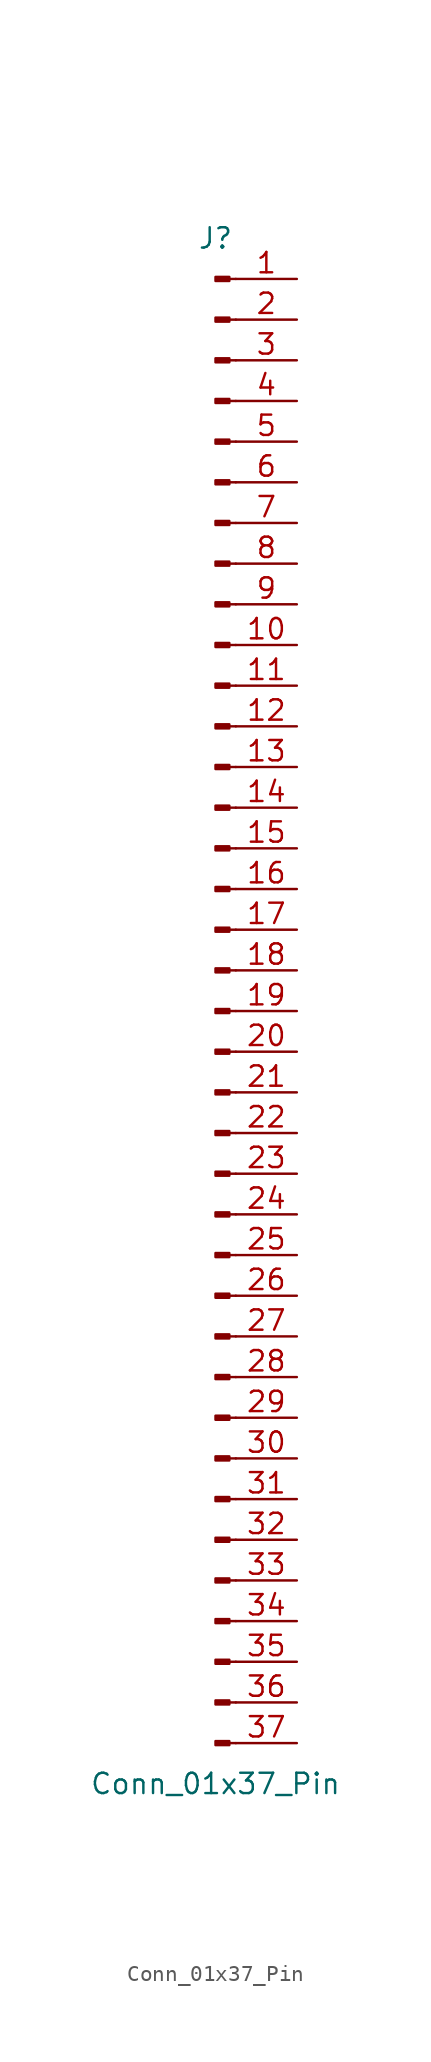
<source format=kicad_sym>
(kicad_symbol_lib
  (version 20241209)
  (generator "kicad_symbol_editor")
  (generator_version "9.0")
  (symbol "Conn_01x37_Pin"
    (pin_names
      (offset 1.016)
      (hide yes))
    (property "Reference" "J"
      (at 0 48.26 0)
      (effects (font (size 1.27 1.27))))
    (property "Value" "Conn_01x37_Pin"
      (at 0 -48.26 0)
      (effects (font (size 1.27 1.27))))
    (property "ki_locked" ""
      (at 0 0 0)
      (effects (font (size 1.27 1.27))))
    (symbol "Conn_01x37_Pin_1_1"
      (rectangle (start 0.864 45.847) (end 0 45.593) (stroke (width 0.152) (type default)) (fill (type outline)))
      (rectangle (start 0.864 43.307) (end 0 43.053) (stroke (width 0.152) (type default)) (fill (type outline)))
      (rectangle (start 0.864 40.767) (end 0 40.513) (stroke (width 0.152) (type default)) (fill (type outline)))
      (rectangle (start 0.864 38.227) (end 0 37.973) (stroke (width 0.152) (type default)) (fill (type outline)))
      (rectangle (start 0.864 35.687) (end 0 35.433) (stroke (width 0.152) (type default)) (fill (type outline)))
      (rectangle (start 0.864 33.147) (end 0 32.893) (stroke (width 0.152) (type default)) (fill (type outline)))
      (rectangle (start 0.864 30.607) (end 0 30.353) (stroke (width 0.152) (type default)) (fill (type outline)))
      (rectangle (start 0.864 28.067) (end 0 27.813) (stroke (width 0.152) (type default)) (fill (type outline)))
      (rectangle (start 0.864 25.527) (end 0 25.273) (stroke (width 0.152) (type default)) (fill (type outline)))
      (rectangle (start 0.864 22.987) (end 0 22.733) (stroke (width 0.152) (type default)) (fill (type outline)))
      (rectangle (start 0.864 20.447) (end 0 20.193) (stroke (width 0.152) (type default)) (fill (type outline)))
      (rectangle (start 0.864 17.907) (end 0 17.653) (stroke (width 0.152) (type default)) (fill (type outline)))
      (rectangle (start 0.864 15.367) (end 0 15.113) (stroke (width 0.152) (type default)) (fill (type outline)))
      (rectangle (start 0.864 12.827) (end 0 12.573) (stroke (width 0.152) (type default)) (fill (type outline)))
      (rectangle (start 0.864 10.287) (end 0 10.033) (stroke (width 0.152) (type default)) (fill (type outline)))
      (rectangle (start 0.864 7.747) (end 0 7.493) (stroke (width 0.152) (type default)) (fill (type outline)))
      (rectangle (start 0.864 5.207) (end 0 4.953) (stroke (width 0.152) (type default)) (fill (type outline)))
      (rectangle (start 0.864 2.667) (end 0 2.413) (stroke (width 0.152) (type default)) (fill (type outline)))
      (rectangle (start 0.864 0.127) (end 0 -0.127) (stroke (width 0.152) (type default)) (fill (type outline)))
      (rectangle (start 0.864 -2.413) (end 0 -2.667) (stroke (width 0.152) (type default)) (fill (type outline)))
      (rectangle (start 0.864 -4.953) (end 0 -5.207) (stroke (width 0.152) (type default)) (fill (type outline)))
      (rectangle (start 0.864 -7.493) (end 0 -7.747) (stroke (width 0.152) (type default)) (fill (type outline)))
      (rectangle (start 0.864 -10.033) (end 0 -10.287) (stroke (width 0.152) (type default)) (fill (type outline)))
      (rectangle (start 0.864 -12.573) (end 0 -12.827) (stroke (width 0.152) (type default)) (fill (type outline)))
      (rectangle (start 0.864 -15.113) (end 0 -15.367) (stroke (width 0.152) (type default)) (fill (type outline)))
      (rectangle (start 0.864 -17.653) (end 0 -17.907) (stroke (width 0.152) (type default)) (fill (type outline)))
      (rectangle (start 0.864 -20.193) (end 0 -20.447) (stroke (width 0.152) (type default)) (fill (type outline)))
      (rectangle (start 0.864 -22.733) (end 0 -22.987) (stroke (width 0.152) (type default)) (fill (type outline)))
      (rectangle (start 0.864 -25.273) (end 0 -25.527) (stroke (width 0.152) (type default)) (fill (type outline)))
      (rectangle (start 0.864 -27.813) (end 0 -28.067) (stroke (width 0.152) (type default)) (fill (type outline)))
      (rectangle (start 0.864 -30.353) (end 0 -30.607) (stroke (width 0.152) (type default)) (fill (type outline)))
      (rectangle (start 0.864 -32.893) (end 0 -33.147) (stroke (width 0.152) (type default)) (fill (type outline)))
      (rectangle (start 0.864 -35.433) (end 0 -35.687) (stroke (width 0.152) (type default)) (fill (type outline)))
      (rectangle (start 0.864 -37.973) (end 0 -38.227) (stroke (width 0.152) (type default)) (fill (type outline)))
      (rectangle (start 0.864 -40.513) (end 0 -40.767) (stroke (width 0.152) (type default)) (fill (type outline)))
      (rectangle (start 0.864 -43.053) (end 0 -43.307) (stroke (width 0.152) (type default)) (fill (type outline)))
      (rectangle (start 0.864 -45.593) (end 0 -45.847) (stroke (width 0.152) (type default)) (fill (type outline)))
      (polyline (pts (xy 1.27 45.72) (xy 0.864 45.72)) (stroke (width 0.152) (type default)) (fill (type none)))
      (polyline (pts (xy 1.27 43.18) (xy 0.864 43.18)) (stroke (width 0.152) (type default)) (fill (type none)))
      (polyline (pts (xy 1.27 40.64) (xy 0.864 40.64)) (stroke (width 0.152) (type default)) (fill (type none)))
      (polyline (pts (xy 1.27 38.1) (xy 0.864 38.1)) (stroke (width 0.152) (type default)) (fill (type none)))
      (polyline (pts (xy 1.27 35.56) (xy 0.864 35.56)) (stroke (width 0.152) (type default)) (fill (type none)))
      (polyline (pts (xy 1.27 33.02) (xy 0.864 33.02)) (stroke (width 0.152) (type default)) (fill (type none)))
      (polyline (pts (xy 1.27 30.48) (xy 0.864 30.48)) (stroke (width 0.152) (type default)) (fill (type none)))
      (polyline (pts (xy 1.27 27.94) (xy 0.864 27.94)) (stroke (width 0.152) (type default)) (fill (type none)))
      (polyline (pts (xy 1.27 25.4) (xy 0.864 25.4)) (stroke (width 0.152) (type default)) (fill (type none)))
      (polyline (pts (xy 1.27 22.86) (xy 0.864 22.86)) (stroke (width 0.152) (type default)) (fill (type none)))
      (polyline (pts (xy 1.27 20.32) (xy 0.864 20.32)) (stroke (width 0.152) (type default)) (fill (type none)))
      (polyline (pts (xy 1.27 17.78) (xy 0.864 17.78)) (stroke (width 0.152) (type default)) (fill (type none)))
      (polyline (pts (xy 1.27 15.24) (xy 0.864 15.24)) (stroke (width 0.152) (type default)) (fill (type none)))
      (polyline (pts (xy 1.27 12.7) (xy 0.864 12.7)) (stroke (width 0.152) (type default)) (fill (type none)))
      (polyline (pts (xy 1.27 10.16) (xy 0.864 10.16)) (stroke (width 0.152) (type default)) (fill (type none)))
      (polyline (pts (xy 1.27 7.62) (xy 0.864 7.62)) (stroke (width 0.152) (type default)) (fill (type none)))
      (polyline (pts (xy 1.27 5.08) (xy 0.864 5.08)) (stroke (width 0.152) (type default)) (fill (type none)))
      (polyline (pts (xy 1.27 2.54) (xy 0.864 2.54)) (stroke (width 0.152) (type default)) (fill (type none)))
      (polyline (pts (xy 1.27 0) (xy 0.864 0)) (stroke (width 0.152) (type default)) (fill (type none)))
      (polyline (pts (xy 1.27 -2.54) (xy 0.864 -2.54)) (stroke (width 0.152) (type default)) (fill (type none)))
      (polyline (pts (xy 1.27 -5.08) (xy 0.864 -5.08)) (stroke (width 0.152) (type default)) (fill (type none)))
      (polyline (pts (xy 1.27 -7.62) (xy 0.864 -7.62)) (stroke (width 0.152) (type default)) (fill (type none)))
      (polyline (pts (xy 1.27 -10.16) (xy 0.864 -10.16)) (stroke (width 0.152) (type default)) (fill (type none)))
      (polyline (pts (xy 1.27 -12.7) (xy 0.864 -12.7)) (stroke (width 0.152) (type default)) (fill (type none)))
      (polyline (pts (xy 1.27 -15.24) (xy 0.864 -15.24)) (stroke (width 0.152) (type default)) (fill (type none)))
      (polyline (pts (xy 1.27 -17.78) (xy 0.864 -17.78)) (stroke (width 0.152) (type default)) (fill (type none)))
      (polyline (pts (xy 1.27 -20.32) (xy 0.864 -20.32)) (stroke (width 0.152) (type default)) (fill (type none)))
      (polyline (pts (xy 1.27 -22.86) (xy 0.864 -22.86)) (stroke (width 0.152) (type default)) (fill (type none)))
      (polyline (pts (xy 1.27 -25.4) (xy 0.864 -25.4)) (stroke (width 0.152) (type default)) (fill (type none)))
      (polyline (pts (xy 1.27 -27.94) (xy 0.864 -27.94)) (stroke (width 0.152) (type default)) (fill (type none)))
      (polyline (pts (xy 1.27 -30.48) (xy 0.864 -30.48)) (stroke (width 0.152) (type default)) (fill (type none)))
      (polyline (pts (xy 1.27 -33.02) (xy 0.864 -33.02)) (stroke (width 0.152) (type default)) (fill (type none)))
      (polyline (pts (xy 1.27 -35.56) (xy 0.864 -35.56)) (stroke (width 0.152) (type default)) (fill (type none)))
      (polyline (pts (xy 1.27 -38.1) (xy 0.864 -38.1)) (stroke (width 0.152) (type default)) (fill (type none)))
      (polyline (pts (xy 1.27 -40.64) (xy 0.864 -40.64)) (stroke (width 0.152) (type default)) (fill (type none)))
      (polyline (pts (xy 1.27 -43.18) (xy 0.864 -43.18)) (stroke (width 0.152) (type default)) (fill (type none)))
      (polyline (pts (xy 1.27 -45.72) (xy 0.864 -45.72)) (stroke (width 0.152) (type default)) (fill (type none)))
      (pin passive line (at 5.08 45.72 180) (length 3.81) (name "Pin_1" (effects (font (size 1.27 1.27)))) (number "1" (effects (font (size 1.27 1.27)))))
      (pin passive line (at 5.08 43.18 180) (length 3.81) (name "Pin_2" (effects (font (size 1.27 1.27)))) (number "2" (effects (font (size 1.27 1.27)))))
      (pin passive line (at 5.08 40.64 180) (length 3.81) (name "Pin_3" (effects (font (size 1.27 1.27)))) (number "3" (effects (font (size 1.27 1.27)))))
      (pin passive line (at 5.08 38.1 180) (length 3.81) (name "Pin_4" (effects (font (size 1.27 1.27)))) (number "4" (effects (font (size 1.27 1.27)))))
      (pin passive line (at 5.08 35.56 180) (length 3.81) (name "Pin_5" (effects (font (size 1.27 1.27)))) (number "5" (effects (font (size 1.27 1.27)))))
      (pin passive line (at 5.08 33.02 180) (length 3.81) (name "Pin_6" (effects (font (size 1.27 1.27)))) (number "6" (effects (font (size 1.27 1.27)))))
      (pin passive line (at 5.08 30.48 180) (length 3.81) (name "Pin_7" (effects (font (size 1.27 1.27)))) (number "7" (effects (font (size 1.27 1.27)))))
      (pin passive line (at 5.08 27.94 180) (length 3.81) (name "Pin_8" (effects (font (size 1.27 1.27)))) (number "8" (effects (font (size 1.27 1.27)))))
      (pin passive line (at 5.08 25.4 180) (length 3.81) (name "Pin_9" (effects (font (size 1.27 1.27)))) (number "9" (effects (font (size 1.27 1.27)))))
      (pin passive line (at 5.08 22.86 180) (length 3.81) (name "Pin_10" (effects (font (size 1.27 1.27)))) (number "10" (effects (font (size 1.27 1.27)))))
      (pin passive line (at 5.08 20.32 180) (length 3.81) (name "Pin_11" (effects (font (size 1.27 1.27)))) (number "11" (effects (font (size 1.27 1.27)))))
      (pin passive line (at 5.08 17.78 180) (length 3.81) (name "Pin_12" (effects (font (size 1.27 1.27)))) (number "12" (effects (font (size 1.27 1.27)))))
      (pin passive line (at 5.08 15.24 180) (length 3.81) (name "Pin_13" (effects (font (size 1.27 1.27)))) (number "13" (effects (font (size 1.27 1.27)))))
      (pin passive line (at 5.08 12.7 180) (length 3.81) (name "Pin_14" (effects (font (size 1.27 1.27)))) (number "14" (effects (font (size 1.27 1.27)))))
      (pin passive line (at 5.08 10.16 180) (length 3.81) (name "Pin_15" (effects (font (size 1.27 1.27)))) (number "15" (effects (font (size 1.27 1.27)))))
      (pin passive line (at 5.08 7.62 180) (length 3.81) (name "Pin_16" (effects (font (size 1.27 1.27)))) (number "16" (effects (font (size 1.27 1.27)))))
      (pin passive line (at 5.08 5.08 180) (length 3.81) (name "Pin_17" (effects (font (size 1.27 1.27)))) (number "17" (effects (font (size 1.27 1.27)))))
      (pin passive line (at 5.08 2.54 180) (length 3.81) (name "Pin_18" (effects (font (size 1.27 1.27)))) (number "18" (effects (font (size 1.27 1.27)))))
      (pin passive line (at 5.08 0 180) (length 3.81) (name "Pin_19" (effects (font (size 1.27 1.27)))) (number "19" (effects (font (size 1.27 1.27)))))
      (pin passive line (at 5.08 -2.54 180) (length 3.81) (name "Pin_20" (effects (font (size 1.27 1.27)))) (number "20" (effects (font (size 1.27 1.27)))))
      (pin passive line (at 5.08 -5.08 180) (length 3.81) (name "Pin_21" (effects (font (size 1.27 1.27)))) (number "21" (effects (font (size 1.27 1.27)))))
      (pin passive line (at 5.08 -7.62 180) (length 3.81) (name "Pin_22" (effects (font (size 1.27 1.27)))) (number "22" (effects (font (size 1.27 1.27)))))
      (pin passive line (at 5.08 -10.16 180) (length 3.81) (name "Pin_23" (effects (font (size 1.27 1.27)))) (number "23" (effects (font (size 1.27 1.27)))))
      (pin passive line (at 5.08 -12.7 180) (length 3.81) (name "Pin_24" (effects (font (size 1.27 1.27)))) (number "24" (effects (font (size 1.27 1.27)))))
      (pin passive line (at 5.08 -15.24 180) (length 3.81) (name "Pin_25" (effects (font (size 1.27 1.27)))) (number "25" (effects (font (size 1.27 1.27)))))
      (pin passive line (at 5.08 -17.78 180) (length 3.81) (name "Pin_26" (effects (font (size 1.27 1.27)))) (number "26" (effects (font (size 1.27 1.27)))))
      (pin passive line (at 5.08 -20.32 180) (length 3.81) (name "Pin_27" (effects (font (size 1.27 1.27)))) (number "27" (effects (font (size 1.27 1.27)))))
      (pin passive line (at 5.08 -22.86 180) (length 3.81) (name "Pin_28" (effects (font (size 1.27 1.27)))) (number "28" (effects (font (size 1.27 1.27)))))
      (pin passive line (at 5.08 -25.4 180) (length 3.81) (name "Pin_29" (effects (font (size 1.27 1.27)))) (number "29" (effects (font (size 1.27 1.27)))))
      (pin passive line (at 5.08 -27.94 180) (length 3.81) (name "Pin_30" (effects (font (size 1.27 1.27)))) (number "30" (effects (font (size 1.27 1.27)))))
      (pin passive line (at 5.08 -30.48 180) (length 3.81) (name "Pin_31" (effects (font (size 1.27 1.27)))) (number "31" (effects (font (size 1.27 1.27)))))
      (pin passive line (at 5.08 -33.02 180) (length 3.81) (name "Pin_32" (effects (font (size 1.27 1.27)))) (number "32" (effects (font (size 1.27 1.27)))))
      (pin passive line (at 5.08 -35.56 180) (length 3.81) (name "Pin_33" (effects (font (size 1.27 1.27)))) (number "33" (effects (font (size 1.27 1.27)))))
      (pin passive line (at 5.08 -38.1 180) (length 3.81) (name "Pin_34" (effects (font (size 1.27 1.27)))) (number "34" (effects (font (size 1.27 1.27)))))
      (pin passive line (at 5.08 -40.64 180) (length 3.81) (name "Pin_35" (effects (font (size 1.27 1.27)))) (number "35" (effects (font (size 1.27 1.27)))))
      (pin passive line (at 5.08 -43.18 180) (length 3.81) (name "Pin_36" (effects (font (size 1.27 1.27)))) (number "36" (effects (font (size 1.27 1.27)))))
      (pin passive line (at 5.08 -45.72 180) (length 3.81) (name "Pin_37" (effects (font (size 1.27 1.27)))) (number "37" (effects (font (size 1.27 1.27))))))))
</source>
